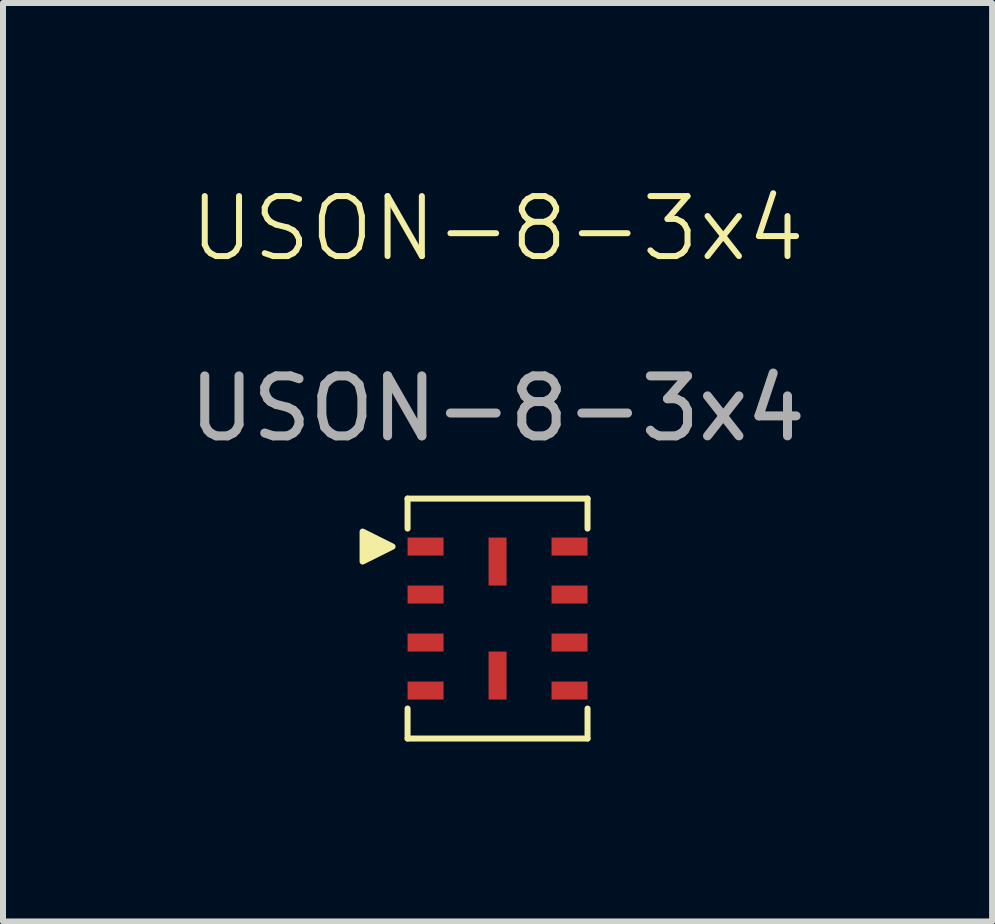
<source format=kicad_pcb>
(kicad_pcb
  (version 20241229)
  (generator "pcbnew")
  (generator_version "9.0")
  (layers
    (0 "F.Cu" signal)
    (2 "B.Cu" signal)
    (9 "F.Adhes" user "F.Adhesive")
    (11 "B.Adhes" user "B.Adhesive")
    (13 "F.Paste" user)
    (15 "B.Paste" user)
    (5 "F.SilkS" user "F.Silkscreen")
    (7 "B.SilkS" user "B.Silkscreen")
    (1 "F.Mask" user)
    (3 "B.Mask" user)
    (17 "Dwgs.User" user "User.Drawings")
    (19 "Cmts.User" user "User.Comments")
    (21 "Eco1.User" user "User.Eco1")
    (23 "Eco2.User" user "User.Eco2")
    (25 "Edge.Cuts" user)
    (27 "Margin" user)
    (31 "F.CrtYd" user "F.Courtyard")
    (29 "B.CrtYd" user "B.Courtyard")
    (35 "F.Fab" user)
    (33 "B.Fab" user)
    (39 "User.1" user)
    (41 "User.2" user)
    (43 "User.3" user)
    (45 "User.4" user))
  (footprint "USON-8-3x4"
    (layer "F.Cu")
    (at 5.244 7.261)
    (property "Reference" "USON-8-3x4" (at 0 -6.5 0) (unlocked yes) (layer "F.SilkS") (effects (font (size 1 1) (thickness 0.1))))
    (attr smd)
    (fp_line (start -1.5 -2) (end -1.5 -1.5) (stroke (width 0.1) (type default)) (layer "F.SilkS"))
    (fp_line (start -1.5 -2) (end 1.5 -2) (stroke (width 0.1) (type default)) (layer "F.SilkS"))
    (fp_line (start -1.5 2) (end -1.5 1.5) (stroke (width 0.1) (type default)) (layer "F.SilkS"))
    (fp_line (start -1.5 2) (end 1.5 2) (stroke (width 0.1) (type default)) (layer "F.SilkS"))
    (fp_line (start 1.5 -2) (end 1.5 -1.5) (stroke (width 0.1) (type default)) (layer "F.SilkS"))
    (fp_line (start 1.5 2) (end 1.5 1.5) (stroke (width 0.1) (type default)) (layer "F.SilkS"))
    (fp_poly (pts (xy -2.25 -1.45) (xy -2.25 -0.95) (xy -1.75 -1.2)) (stroke (width 0.1) (type solid)) (fill yes) (layer "F.SilkS"))
    (fp_text user "${REFERENCE}" (at 0 -3.5 0) (unlocked yes) (layer "F.Fab") (effects (font (size 1 1) (thickness 0.15))))
    (pad "1" smd rect (at -1.2 -1.2) (size 0.6 0.3) (layers "F.Cu" "F.Mask" "F.Paste"))
    (pad "2" smd rect (at -1.2 -0.4) (size 0.6 0.3) (layers "F.Cu" "F.Mask" "F.Paste"))
    (pad "3" smd rect (at -1.2 0.4) (size 0.6 0.3) (layers "F.Cu" "F.Mask" "F.Paste"))
    (pad "4" smd rect (at -1.2 1.2) (size 0.6 0.3) (layers "F.Cu" "F.Mask" "F.Paste"))
    (pad "5" smd rect (at 1.2 1.2) (size 0.6 0.3) (layers "F.Cu" "F.Mask" "F.Paste"))
    (pad "6" smd rect (at 1.2 0.4) (size 0.6 0.3) (layers "F.Cu" "F.Mask" "F.Paste"))
    (pad "7" smd rect (at 1.2 -0.4) (size 0.6 0.3) (layers "F.Cu" "F.Mask" "F.Paste"))
    (pad "8" smd rect (at 1.2 -1.2) (size 0.6 0.3) (layers "F.Cu" "F.Mask" "F.Paste"))
    (pad "E" smd rect (at 0 -0.95 90) (size 0.8 0.3) (layers "F.Cu" "F.Mask" "F.Paste"))
    (pad "E" smd rect (at 0 0.95 90) (size 0.8 0.3) (layers "F.Cu" "F.Mask" "F.Paste")))
  (gr_rect
    (start -3 -3)
    (end 13.488 12.31)
    (stroke (width 0.1) (type default))
    (fill no)
    (layer "Edge.Cuts")))
</source>
